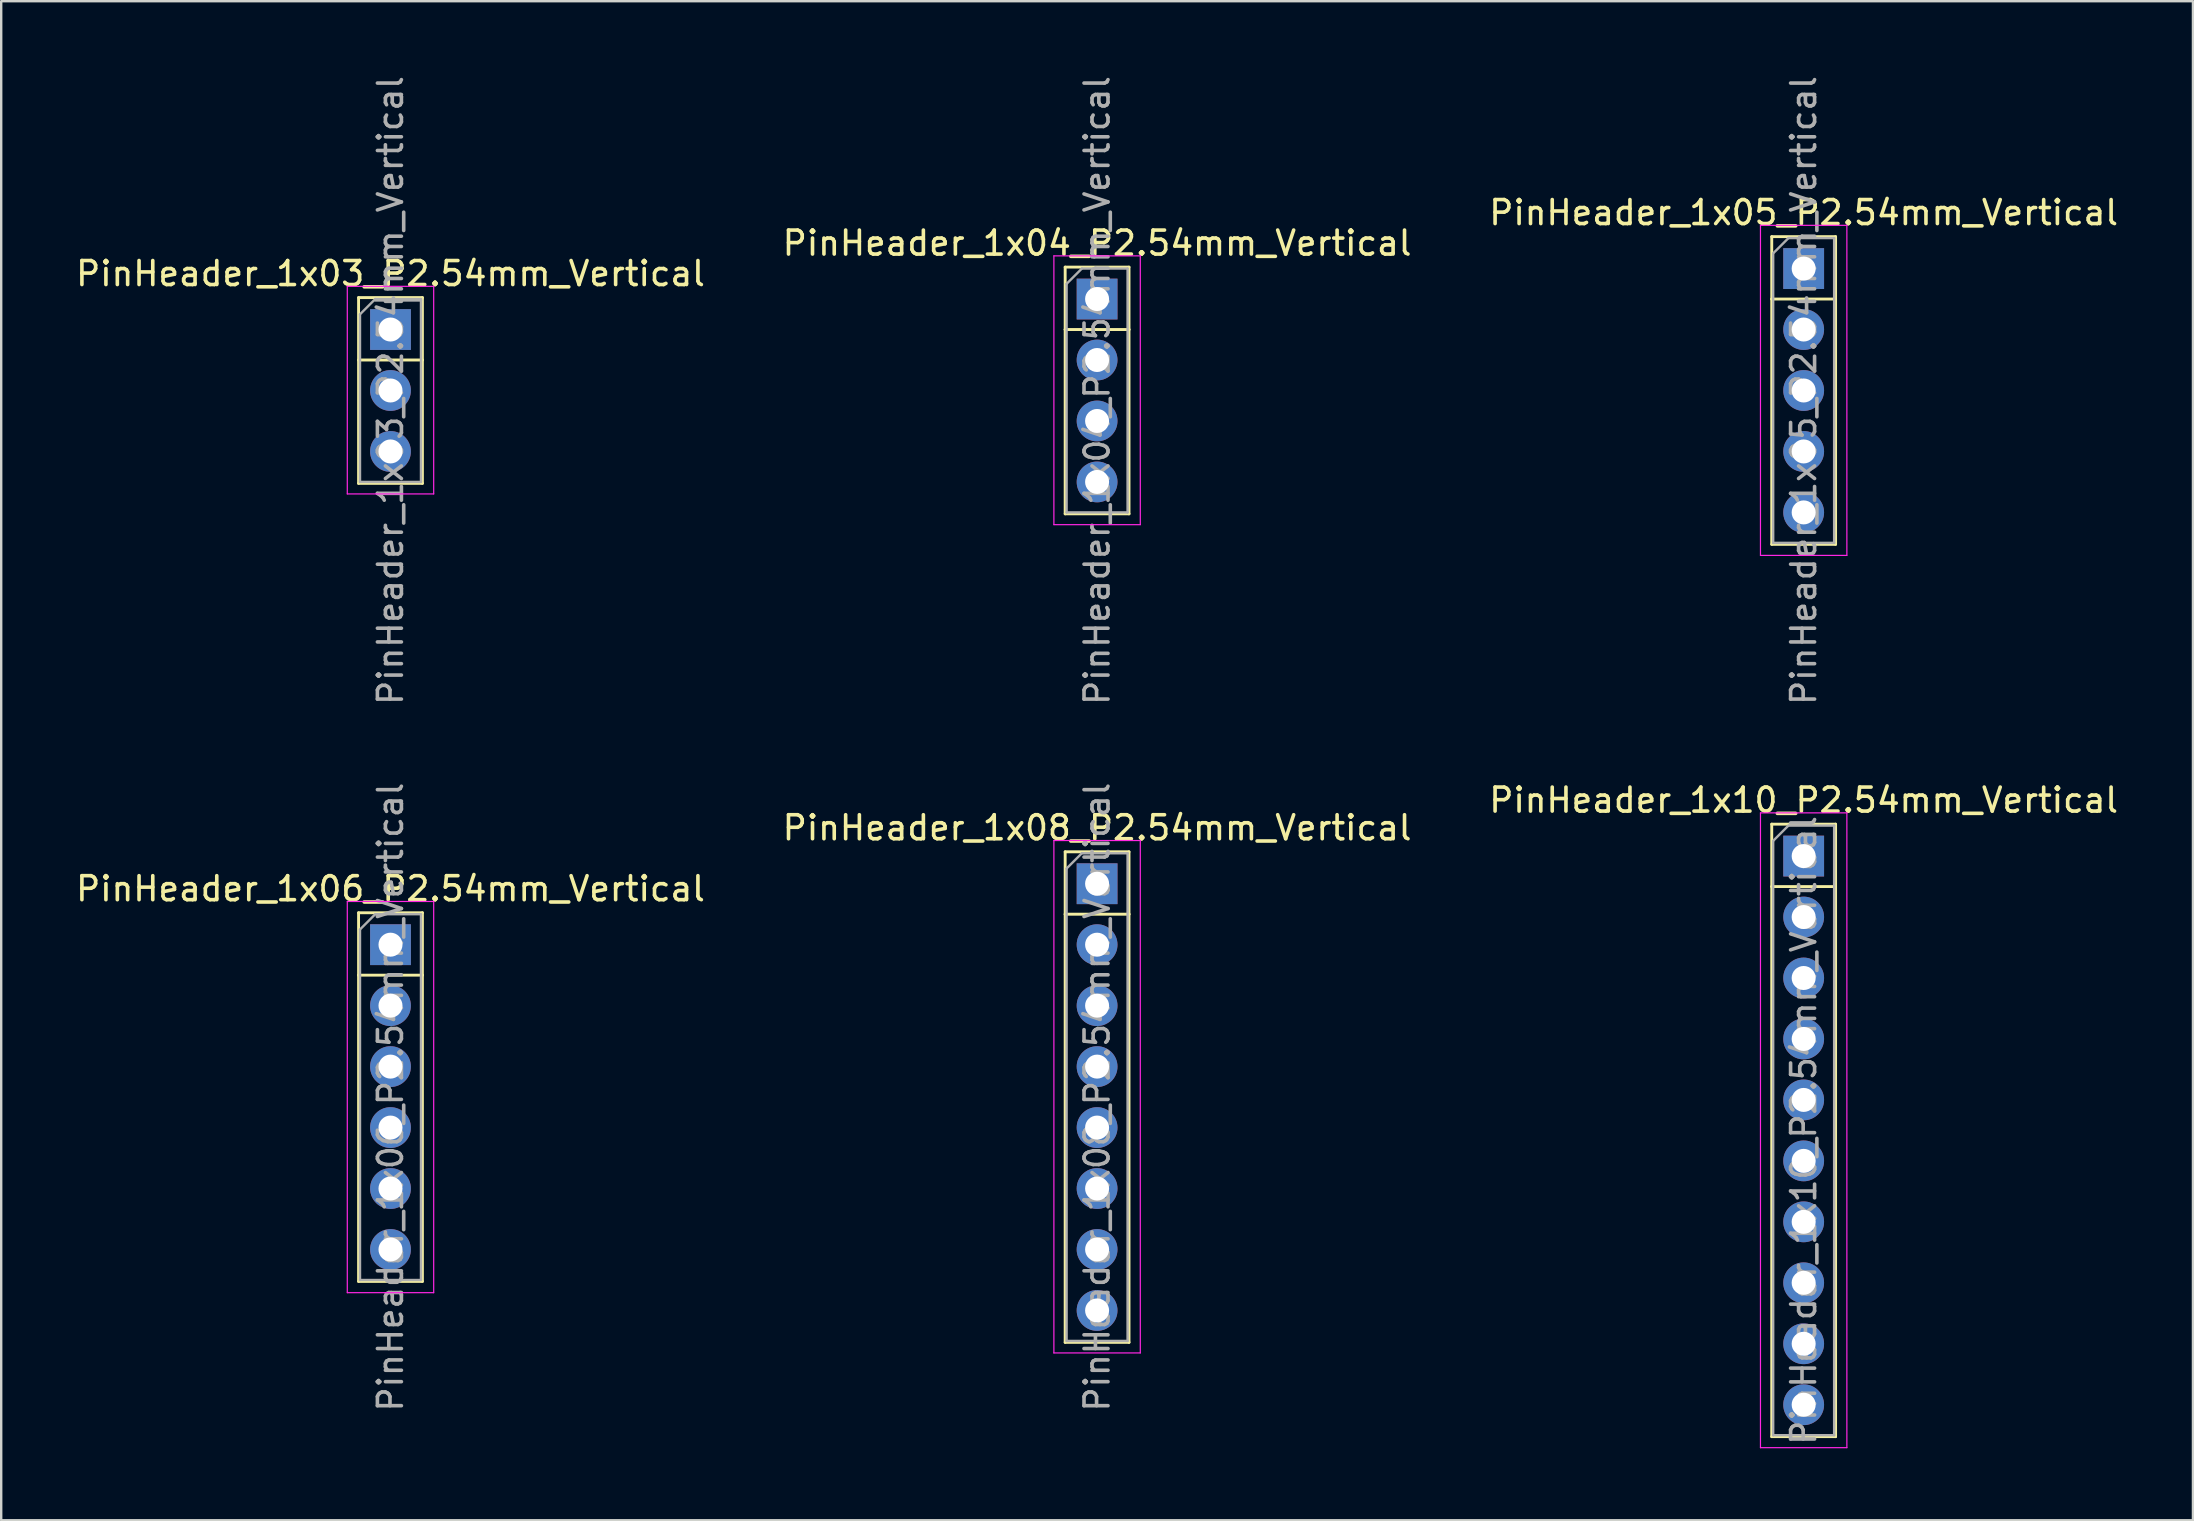
<source format=kicad_pcb>
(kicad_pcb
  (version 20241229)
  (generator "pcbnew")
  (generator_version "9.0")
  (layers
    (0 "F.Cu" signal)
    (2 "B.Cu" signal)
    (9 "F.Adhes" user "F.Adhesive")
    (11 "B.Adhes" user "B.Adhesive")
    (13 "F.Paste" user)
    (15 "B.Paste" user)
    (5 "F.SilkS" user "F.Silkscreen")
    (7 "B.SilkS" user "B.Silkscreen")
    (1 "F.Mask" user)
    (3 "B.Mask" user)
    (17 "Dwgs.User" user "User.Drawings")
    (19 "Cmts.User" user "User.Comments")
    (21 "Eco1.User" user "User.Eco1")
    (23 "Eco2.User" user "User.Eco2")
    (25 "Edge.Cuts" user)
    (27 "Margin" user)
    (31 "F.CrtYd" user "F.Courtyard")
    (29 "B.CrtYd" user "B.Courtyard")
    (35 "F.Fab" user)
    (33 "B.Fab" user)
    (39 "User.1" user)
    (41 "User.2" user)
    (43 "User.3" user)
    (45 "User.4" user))
  (footprint "PinHeader_1x10_P2.54mm_Vertical"
    (layer "F.Cu")
    (at 72.101 32.619)
    (property "Reference" "PinHeader_1x10_P2.54mm_Vertical" (at 0 -2.33 0) (layer "F.SilkS") (effects (font (size 1 1) (thickness 0.15))))
    (attr through_hole)
    (fp_line (start -1.33 -1.33) (end -1.33 1.27) (stroke (width 0.12) (type solid)) (layer "F.SilkS"))
    (fp_line (start -1.33 -1.33) (end 1.33 -1.33) (stroke (width 0.12) (type solid)) (layer "F.SilkS"))
    (fp_line (start -1.33 1.27) (end -1.33 24.19) (stroke (width 0.12) (type solid)) (layer "F.SilkS"))
    (fp_line (start -1.33 1.27) (end 1.33 1.27) (stroke (width 0.12) (type solid)) (layer "F.SilkS"))
    (fp_line (start -1.33 24.19) (end 1.33 24.19) (stroke (width 0.12) (type solid)) (layer "F.SilkS"))
    (fp_line (start 1.33 -1.33) (end 1.33 1.27) (stroke (width 0.12) (type solid)) (layer "F.SilkS"))
    (fp_line (start 1.33 1.27) (end 1.33 24.19) (stroke (width 0.12) (type solid)) (layer "F.SilkS"))
    (fp_line (start -1.8 -1.8) (end -1.8 24.65) (stroke (width 0.05) (type solid)) (layer "F.CrtYd"))
    (fp_line (start -1.8 24.65) (end 1.8 24.65) (stroke (width 0.05) (type solid)) (layer "F.CrtYd"))
    (fp_line (start 1.8 -1.8) (end -1.8 -1.8) (stroke (width 0.05) (type solid)) (layer "F.CrtYd"))
    (fp_line (start 1.8 24.65) (end 1.8 -1.8) (stroke (width 0.05) (type solid)) (layer "F.CrtYd"))
    (fp_line (start -1.27 -0.635) (end -0.635 -1.27) (stroke (width 0.1) (type solid)) (layer "F.Fab"))
    (fp_line (start -1.27 24.13) (end -1.27 -0.635) (stroke (width 0.1) (type solid)) (layer "F.Fab"))
    (fp_line (start -0.635 -1.27) (end 1.27 -1.27) (stroke (width 0.1) (type solid)) (layer "F.Fab"))
    (fp_line (start 1.27 -1.27) (end 1.27 24.13) (stroke (width 0.1) (type solid)) (layer "F.Fab"))
    (fp_line (start 1.27 24.13) (end -1.27 24.13) (stroke (width 0.1) (type solid)) (layer "F.Fab"))
    (fp_text user "${REFERENCE}" (at 0 11.43 90) (layer "F.Fab") (effects (font (size 1 1) (thickness 0.15))))
    (pad "1" thru_hole rect (at 0 0) (size 1.7 1.7) (drill 1) (layers "*.Cu" "*.Mask"))
    (pad "2" thru_hole oval (at 0 2.54) (size 1.7 1.7) (drill 1) (layers "*.Cu" "*.Mask"))
    (pad "3" thru_hole oval (at 0 5.08) (size 1.7 1.7) (drill 1) (layers "*.Cu" "*.Mask"))
    (pad "4" thru_hole oval (at 0 7.62) (size 1.7 1.7) (drill 1) (layers "*.Cu" "*.Mask"))
    (pad "5" thru_hole oval (at 0 10.16) (size 1.7 1.7) (drill 1) (layers "*.Cu" "*.Mask"))
    (pad "6" thru_hole oval (at 0 12.7) (size 1.7 1.7) (drill 1) (layers "*.Cu" "*.Mask"))
    (pad "7" thru_hole oval (at 0 15.24) (size 1.7 1.7) (drill 1) (layers "*.Cu" "*.Mask"))
    (pad "8" thru_hole oval (at 0 17.78) (size 1.7 1.7) (drill 1) (layers "*.Cu" "*.Mask"))
    (pad "9" thru_hole oval (at 0 20.32) (size 1.7 1.7) (drill 1) (layers "*.Cu" "*.Mask"))
    (pad "10" thru_hole oval (at 0 22.86) (size 1.7 1.7) (drill 1) (layers "*.Cu" "*.Mask")))
  (footprint "PinHeader_1x03_P2.54mm_Vertical"
    (layer "F.Cu")
    (at 13.22 10.68)
    (property "Reference" "PinHeader_1x03_P2.54mm_Vertical" (at 0 -2.33 0) (layer "F.SilkS") (effects (font (size 1 1) (thickness 0.15))))
    (attr through_hole)
    (fp_line (start -1.33 -1.33) (end -1.33 1.27) (stroke (width 0.12) (type solid)) (layer "F.SilkS"))
    (fp_line (start -1.33 -1.33) (end 1.33 -1.33) (stroke (width 0.12) (type solid)) (layer "F.SilkS"))
    (fp_line (start -1.33 1.27) (end -1.33 6.41) (stroke (width 0.12) (type solid)) (layer "F.SilkS"))
    (fp_line (start -1.33 1.27) (end 1.33 1.27) (stroke (width 0.12) (type solid)) (layer "F.SilkS"))
    (fp_line (start -1.33 6.41) (end 1.33 6.41) (stroke (width 0.12) (type solid)) (layer "F.SilkS"))
    (fp_line (start 1.33 -1.33) (end 1.33 1.27) (stroke (width 0.12) (type solid)) (layer "F.SilkS"))
    (fp_line (start 1.33 1.27) (end 1.33 6.41) (stroke (width 0.12) (type solid)) (layer "F.SilkS"))
    (fp_line (start -1.8 -1.8) (end -1.8 6.85) (stroke (width 0.05) (type solid)) (layer "F.CrtYd"))
    (fp_line (start -1.8 6.85) (end 1.8 6.85) (stroke (width 0.05) (type solid)) (layer "F.CrtYd"))
    (fp_line (start 1.8 -1.8) (end -1.8 -1.8) (stroke (width 0.05) (type solid)) (layer "F.CrtYd"))
    (fp_line (start 1.8 6.85) (end 1.8 -1.8) (stroke (width 0.05) (type solid)) (layer "F.CrtYd"))
    (fp_line (start -1.27 -0.635) (end -0.635 -1.27) (stroke (width 0.1) (type solid)) (layer "F.Fab"))
    (fp_line (start -1.27 6.35) (end -1.27 -0.635) (stroke (width 0.1) (type solid)) (layer "F.Fab"))
    (fp_line (start -0.635 -1.27) (end 1.27 -1.27) (stroke (width 0.1) (type solid)) (layer "F.Fab"))
    (fp_line (start -0.635 -1.21) (end 1.27 -1.21) (stroke (width 0.1) (type solid)) (layer "F.Fab"))
    (fp_line (start 1.27 -1.27) (end 1.27 6.35) (stroke (width 0.1) (type solid)) (layer "F.Fab"))
    (fp_line (start 1.27 6.35) (end -1.27 6.35) (stroke (width 0.1) (type solid)) (layer "F.Fab"))
    (fp_text user "${REFERENCE}" (at 0 2.54 90) (layer "F.Fab") (effects (font (size 1 1) (thickness 0.15))))
    (pad "1" thru_hole rect (at 0 0) (size 1.7 1.7) (drill 1) (layers "*.Cu" "*.Mask"))
    (pad "2" thru_hole oval (at 0 2.54) (size 1.7 1.7) (drill 1) (layers "*.Cu" "*.Mask"))
    (pad "3" thru_hole oval (at 0 5.08) (size 1.7 1.7) (drill 1) (layers "*.Cu" "*.Mask")))
  (footprint "PinHeader_1x05_P2.54mm_Vertical"
    (layer "F.Cu")
    (at 72.101 8.14)
    (property "Reference" "PinHeader_1x05_P2.54mm_Vertical" (at 0 -2.33 0) (layer "F.SilkS") (effects (font (size 1 1) (thickness 0.15))))
    (attr through_hole)
    (fp_line (start -1.33 -1.33) (end -1.33 1.27) (stroke (width 0.12) (type solid)) (layer "F.SilkS"))
    (fp_line (start -1.33 -1.33) (end 1.33 -1.33) (stroke (width 0.12) (type solid)) (layer "F.SilkS"))
    (fp_line (start -1.33 1.27) (end -1.33 11.49) (stroke (width 0.12) (type solid)) (layer "F.SilkS"))
    (fp_line (start -1.33 1.27) (end 1.33 1.27) (stroke (width 0.12) (type solid)) (layer "F.SilkS"))
    (fp_line (start -1.33 11.49) (end 1.33 11.49) (stroke (width 0.12) (type solid)) (layer "F.SilkS"))
    (fp_line (start 1.33 -1.33) (end 1.33 1.27) (stroke (width 0.12) (type solid)) (layer "F.SilkS"))
    (fp_line (start 1.33 1.27) (end 1.33 11.49) (stroke (width 0.12) (type solid)) (layer "F.SilkS"))
    (fp_line (start -1.8 -1.8) (end -1.8 11.95) (stroke (width 0.05) (type solid)) (layer "F.CrtYd"))
    (fp_line (start -1.8 11.95) (end 1.8 11.95) (stroke (width 0.05) (type solid)) (layer "F.CrtYd"))
    (fp_line (start 1.8 -1.8) (end -1.8 -1.8) (stroke (width 0.05) (type solid)) (layer "F.CrtYd"))
    (fp_line (start 1.8 11.95) (end 1.8 -1.8) (stroke (width 0.05) (type solid)) (layer "F.CrtYd"))
    (fp_line (start -1.27 -0.635) (end -0.635 -1.27) (stroke (width 0.1) (type solid)) (layer "F.Fab"))
    (fp_line (start -1.27 11.43) (end -1.27 -0.635) (stroke (width 0.1) (type solid)) (layer "F.Fab"))
    (fp_line (start -0.635 -1.27) (end 1.27 -1.27) (stroke (width 0.1) (type solid)) (layer "F.Fab"))
    (fp_line (start 1.27 -1.27) (end 1.27 11.43) (stroke (width 0.1) (type solid)) (layer "F.Fab"))
    (fp_line (start 1.27 11.43) (end -1.27 11.43) (stroke (width 0.1) (type solid)) (layer "F.Fab"))
    (fp_text user "${REFERENCE}" (at 0 5.08 90) (layer "F.Fab") (effects (font (size 1 1) (thickness 0.15))))
    (pad "1" thru_hole rect (at 0 0) (size 1.7 1.7) (drill 1) (layers "*.Cu" "*.Mask"))
    (pad "2" thru_hole oval (at 0 2.54) (size 1.7 1.7) (drill 1) (layers "*.Cu" "*.Mask"))
    (pad "3" thru_hole oval (at 0 5.08) (size 1.7 1.7) (drill 1) (layers "*.Cu" "*.Mask"))
    (pad "4" thru_hole oval (at 0 7.62) (size 1.7 1.7) (drill 1) (layers "*.Cu" "*.Mask"))
    (pad "5" thru_hole oval (at 0 10.16) (size 1.7 1.7) (drill 1) (layers "*.Cu" "*.Mask")))
  (footprint "PinHeader_1x04_P2.54mm_Vertical"
    (layer "F.Cu")
    (at 42.661 9.41)
    (property "Reference" "PinHeader_1x04_P2.54mm_Vertical" (at 0 -2.33 0) (layer "F.SilkS") (effects (font (size 1 1) (thickness 0.15))))
    (attr through_hole)
    (fp_line (start -1.33 -1.33) (end -1.33 1.27) (stroke (width 0.12) (type solid)) (layer "F.SilkS"))
    (fp_line (start -1.33 -1.33) (end 1.33 -1.33) (stroke (width 0.12) (type solid)) (layer "F.SilkS"))
    (fp_line (start -1.33 1.27) (end -1.33 8.95) (stroke (width 0.12) (type solid)) (layer "F.SilkS"))
    (fp_line (start -1.33 1.27) (end 1.33 1.27) (stroke (width 0.12) (type solid)) (layer "F.SilkS"))
    (fp_line (start -1.33 8.95) (end 1.33 8.95) (stroke (width 0.12) (type solid)) (layer "F.SilkS"))
    (fp_line (start 1.33 -1.33) (end 1.33 1.27) (stroke (width 0.12) (type solid)) (layer "F.SilkS"))
    (fp_line (start 1.33 1.27) (end 1.33 8.95) (stroke (width 0.12) (type solid)) (layer "F.SilkS"))
    (fp_line (start -1.8 -1.8) (end -1.8 9.4) (stroke (width 0.05) (type solid)) (layer "F.CrtYd"))
    (fp_line (start -1.8 9.4) (end 1.8 9.4) (stroke (width 0.05) (type solid)) (layer "F.CrtYd"))
    (fp_line (start 1.8 -1.8) (end -1.8 -1.8) (stroke (width 0.05) (type solid)) (layer "F.CrtYd"))
    (fp_line (start 1.8 9.4) (end 1.8 -1.8) (stroke (width 0.05) (type solid)) (layer "F.CrtYd"))
    (fp_line (start -1.27 -0.635) (end -0.635 -1.27) (stroke (width 0.1) (type solid)) (layer "F.Fab"))
    (fp_line (start -1.27 8.89) (end -1.27 -0.635) (stroke (width 0.1) (type solid)) (layer "F.Fab"))
    (fp_line (start -0.635 -1.27) (end 1.27 -1.27) (stroke (width 0.1) (type solid)) (layer "F.Fab"))
    (fp_line (start 1.27 -1.27) (end 1.27 8.89) (stroke (width 0.1) (type solid)) (layer "F.Fab"))
    (fp_line (start 1.27 8.89) (end -1.27 8.89) (stroke (width 0.1) (type solid)) (layer "F.Fab"))
    (fp_text user "${REFERENCE}" (at 0 3.81 90) (layer "F.Fab") (effects (font (size 1 1) (thickness 0.15))))
    (pad "1" thru_hole rect (at 0 0) (size 1.7 1.7) (drill 1) (layers "*.Cu" "*.Mask"))
    (pad "2" thru_hole oval (at 0 2.54) (size 1.7 1.7) (drill 1) (layers "*.Cu" "*.Mask"))
    (pad "3" thru_hole oval (at 0 5.08) (size 1.7 1.7) (drill 1) (layers "*.Cu" "*.Mask"))
    (pad "4" thru_hole oval (at 0 7.62) (size 1.7 1.7) (drill 1) (layers "*.Cu" "*.Mask")))
  (footprint "PinHeader_1x06_P2.54mm_Vertical"
    (layer "F.Cu")
    (at 13.22 36.311)
    (property "Reference" "PinHeader_1x06_P2.54mm_Vertical" (at 0 -2.33 0) (layer "F.SilkS") (effects (font (size 1 1) (thickness 0.15))))
    (attr through_hole)
    (fp_line (start -1.33 -1.33) (end -1.33 1.27) (stroke (width 0.12) (type solid)) (layer "F.SilkS"))
    (fp_line (start -1.33 -1.33) (end 1.33 -1.33) (stroke (width 0.12) (type solid)) (layer "F.SilkS"))
    (fp_line (start -1.33 1.27) (end -1.33 14.03) (stroke (width 0.12) (type solid)) (layer "F.SilkS"))
    (fp_line (start -1.33 1.27) (end 1.33 1.27) (stroke (width 0.12) (type solid)) (layer "F.SilkS"))
    (fp_line (start -1.33 14.03) (end 1.33 14.03) (stroke (width 0.12) (type solid)) (layer "F.SilkS"))
    (fp_line (start 1.33 -1.33) (end 1.33 1.27) (stroke (width 0.12) (type solid)) (layer "F.SilkS"))
    (fp_line (start 1.33 1.27) (end 1.33 14.03) (stroke (width 0.12) (type solid)) (layer "F.SilkS"))
    (fp_line (start -1.8 -1.8) (end -1.8 14.5) (stroke (width 0.05) (type solid)) (layer "F.CrtYd"))
    (fp_line (start -1.8 14.5) (end 1.8 14.5) (stroke (width 0.05) (type solid)) (layer "F.CrtYd"))
    (fp_line (start 1.8 -1.8) (end -1.8 -1.8) (stroke (width 0.05) (type solid)) (layer "F.CrtYd"))
    (fp_line (start 1.8 14.5) (end 1.8 -1.8) (stroke (width 0.05) (type solid)) (layer "F.CrtYd"))
    (fp_line (start -1.27 -0.635) (end -0.635 -1.27) (stroke (width 0.1) (type solid)) (layer "F.Fab"))
    (fp_line (start -1.27 13.97) (end -1.27 -0.635) (stroke (width 0.1) (type solid)) (layer "F.Fab"))
    (fp_line (start -0.635 -1.27) (end 1.27 -1.27) (stroke (width 0.1) (type solid)) (layer "F.Fab"))
    (fp_line (start 1.27 -1.27) (end 1.27 13.97) (stroke (width 0.1) (type solid)) (layer "F.Fab"))
    (fp_line (start 1.27 13.97) (end -1.27 13.97) (stroke (width 0.1) (type solid)) (layer "F.Fab"))
    (fp_text user "${REFERENCE}" (at 0 6.35 90) (layer "F.Fab") (effects (font (size 1 1) (thickness 0.15))))
    (pad "1" thru_hole rect (at 0 0) (size 1.7 1.7) (drill 1) (layers "*.Cu" "*.Mask"))
    (pad "2" thru_hole oval (at 0 2.54) (size 1.7 1.7) (drill 1) (layers "*.Cu" "*.Mask"))
    (pad "3" thru_hole oval (at 0 5.08) (size 1.7 1.7) (drill 1) (layers "*.Cu" "*.Mask"))
    (pad "4" thru_hole oval (at 0 7.62) (size 1.7 1.7) (drill 1) (layers "*.Cu" "*.Mask"))
    (pad "5" thru_hole oval (at 0 10.16) (size 1.7 1.7) (drill 1) (layers "*.Cu" "*.Mask"))
    (pad "6" thru_hole oval (at 0 12.7) (size 1.7 1.7) (drill 1) (layers "*.Cu" "*.Mask")))
  (footprint "PinHeader_1x08_P2.54mm_Vertical"
    (layer "F.Cu")
    (at 42.661 33.771)
    (property "Reference" "PinHeader_1x08_P2.54mm_Vertical" (at 0 -2.33 0) (layer "F.SilkS") (effects (font (size 1 1) (thickness 0.15))))
    (attr through_hole)
    (fp_line (start -1.33 -1.33) (end -1.33 1.27) (stroke (width 0.12) (type solid)) (layer "F.SilkS"))
    (fp_line (start -1.33 -1.33) (end 1.33 -1.33) (stroke (width 0.12) (type solid)) (layer "F.SilkS"))
    (fp_line (start -1.33 1.27) (end -1.33 19.11) (stroke (width 0.12) (type solid)) (layer "F.SilkS"))
    (fp_line (start -1.33 1.27) (end 1.33 1.27) (stroke (width 0.12) (type solid)) (layer "F.SilkS"))
    (fp_line (start -1.33 19.11) (end 1.33 19.11) (stroke (width 0.12) (type solid)) (layer "F.SilkS"))
    (fp_line (start 1.33 -1.33) (end 1.33 1.27) (stroke (width 0.12) (type solid)) (layer "F.SilkS"))
    (fp_line (start 1.33 1.27) (end 1.33 19.11) (stroke (width 0.12) (type solid)) (layer "F.SilkS"))
    (fp_line (start -1.8 -1.8) (end -1.8 19.55) (stroke (width 0.05) (type solid)) (layer "F.CrtYd"))
    (fp_line (start -1.8 19.55) (end 1.8 19.55) (stroke (width 0.05) (type solid)) (layer "F.CrtYd"))
    (fp_line (start 1.8 -1.8) (end -1.8 -1.8) (stroke (width 0.05) (type solid)) (layer "F.CrtYd"))
    (fp_line (start 1.8 19.55) (end 1.8 -1.8) (stroke (width 0.05) (type solid)) (layer "F.CrtYd"))
    (fp_line (start -1.27 -0.635) (end -0.635 -1.27) (stroke (width 0.1) (type solid)) (layer "F.Fab"))
    (fp_line (start -1.27 19.05) (end -1.27 -0.635) (stroke (width 0.1) (type solid)) (layer "F.Fab"))
    (fp_line (start -0.635 -1.27) (end 1.27 -1.27) (stroke (width 0.1) (type solid)) (layer "F.Fab"))
    (fp_line (start 1.27 -1.27) (end 1.27 19.05) (stroke (width 0.1) (type solid)) (layer "F.Fab"))
    (fp_line (start 1.27 19.05) (end -1.27 19.05) (stroke (width 0.1) (type solid)) (layer "F.Fab"))
    (fp_text user "${REFERENCE}" (at 0 8.89 90) (layer "F.Fab") (effects (font (size 1 1) (thickness 0.15))))
    (pad "1" thru_hole rect (at 0 0) (size 1.7 1.7) (drill 1) (layers "*.Cu" "*.Mask"))
    (pad "2" thru_hole oval (at 0 2.54) (size 1.7 1.7) (drill 1) (layers "*.Cu" "*.Mask"))
    (pad "3" thru_hole oval (at 0 5.08) (size 1.7 1.7) (drill 1) (layers "*.Cu" "*.Mask"))
    (pad "4" thru_hole oval (at 0 7.62) (size 1.7 1.7) (drill 1) (layers "*.Cu" "*.Mask"))
    (pad "5" thru_hole oval (at 0 10.16) (size 1.7 1.7) (drill 1) (layers "*.Cu" "*.Mask"))
    (pad "6" thru_hole oval (at 0 12.7) (size 1.7 1.7) (drill 1) (layers "*.Cu" "*.Mask"))
    (pad "7" thru_hole oval (at 0 15.24) (size 1.7 1.7) (drill 1) (layers "*.Cu" "*.Mask"))
    (pad "8" thru_hole oval (at 0 17.78) (size 1.7 1.7) (drill 1) (layers "*.Cu" "*.Mask")))
  (gr_rect
    (start -3 -3)
    (end 88.321 60.294)
    (stroke (width 0.1) (type default))
    (fill no)
    (layer "Edge.Cuts")))
</source>
